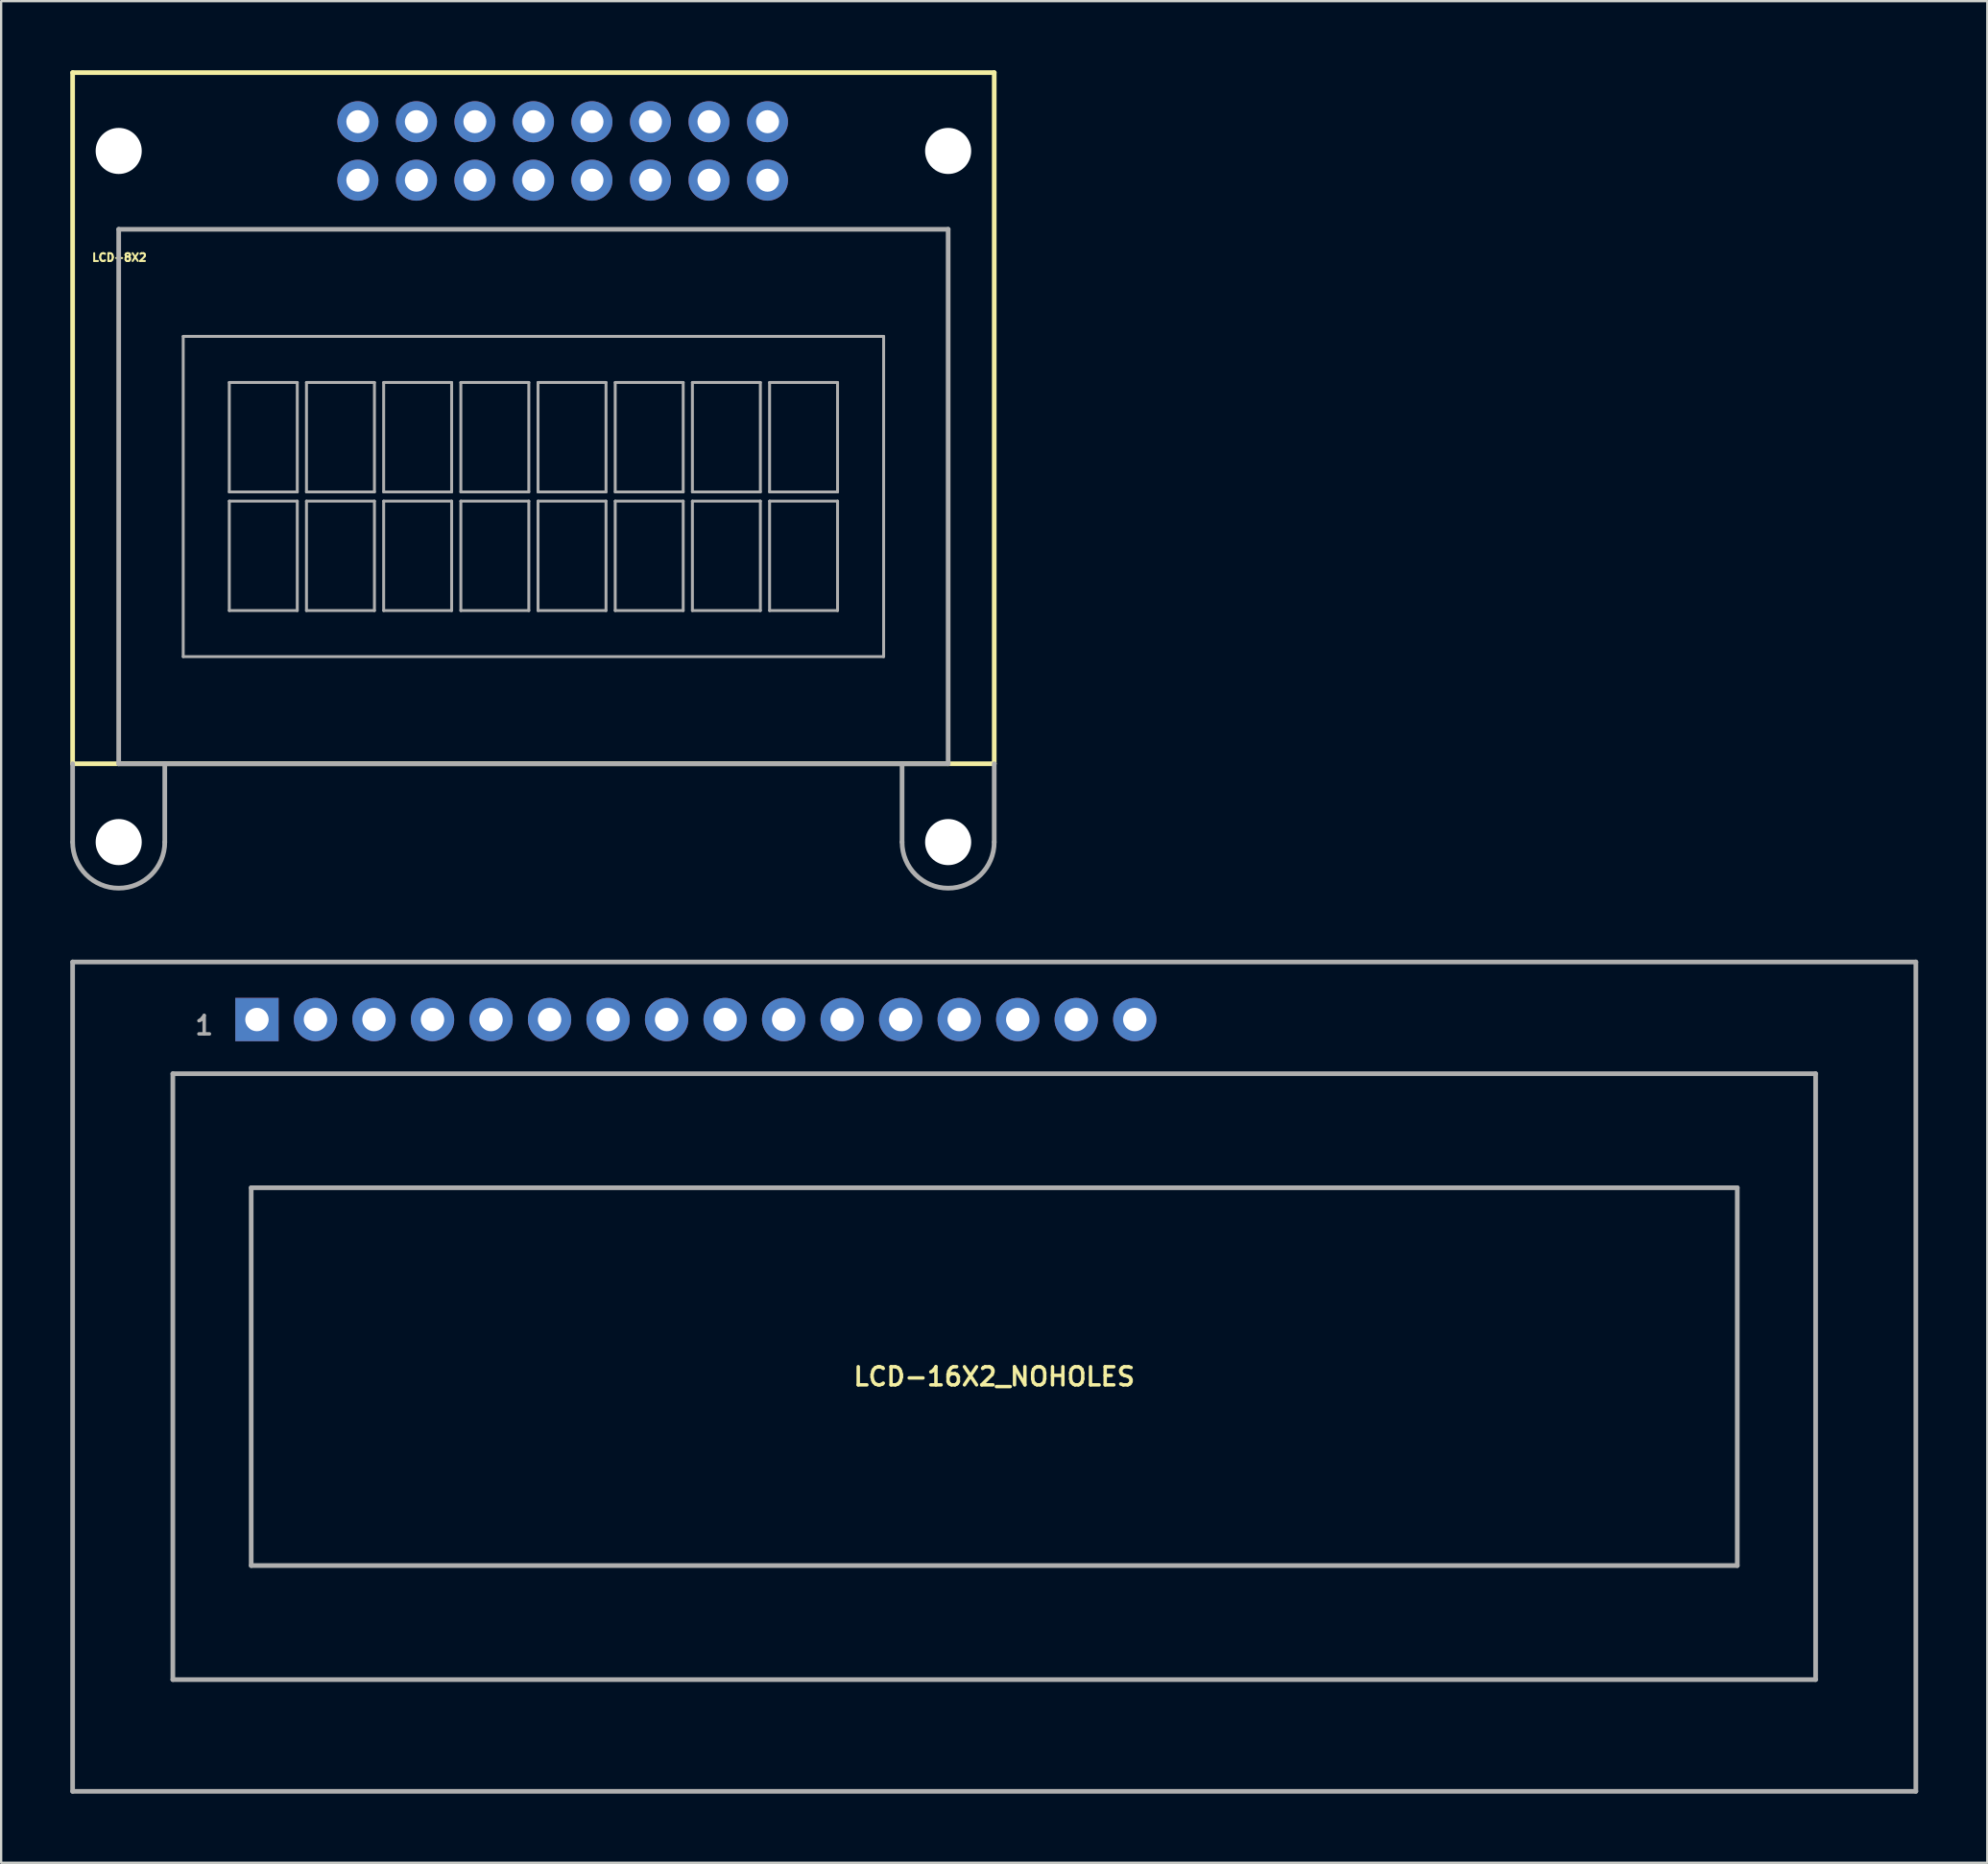
<source format=kicad_pcb>
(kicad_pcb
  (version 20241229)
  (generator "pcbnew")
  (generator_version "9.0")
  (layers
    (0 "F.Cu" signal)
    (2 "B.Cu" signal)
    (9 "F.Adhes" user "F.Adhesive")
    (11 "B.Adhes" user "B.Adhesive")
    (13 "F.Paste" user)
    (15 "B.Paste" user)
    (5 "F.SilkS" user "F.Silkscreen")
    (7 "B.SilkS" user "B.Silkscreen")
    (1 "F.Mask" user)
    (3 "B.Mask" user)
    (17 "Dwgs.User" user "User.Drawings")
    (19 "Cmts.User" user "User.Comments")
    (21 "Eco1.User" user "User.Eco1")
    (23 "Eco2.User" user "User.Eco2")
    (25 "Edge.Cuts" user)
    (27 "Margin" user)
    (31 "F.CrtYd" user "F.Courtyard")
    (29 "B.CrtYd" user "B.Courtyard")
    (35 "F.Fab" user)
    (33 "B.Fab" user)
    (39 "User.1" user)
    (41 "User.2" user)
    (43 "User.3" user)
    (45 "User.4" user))
  (footprint "LCD-8X2"
    (layer "F.Cu")
    (at 20.102 18.502)
    (property "Reference" "LCD-8X2" (at -17.971 -10.376 0) (layer "F.SilkS") (effects (font (size 0.34 0.34) (thickness 0.15))))
    (attr through_hole)
    (fp_line (start -20 -18.4) (end 20 -18.4) (stroke (width 0.203) (type solid)) (layer "F.SilkS"))
    (fp_line (start -20 11.6) (end -20 -18.4) (stroke (width 0.203) (type solid)) (layer "F.SilkS"))
    (fp_line (start 20 -18.4) (end 20 11.6) (stroke (width 0.203) (type solid)) (layer "F.SilkS"))
    (fp_line (start 20 11.6) (end -20 11.6) (stroke (width 0.203) (type solid)) (layer "F.SilkS"))
    (fp_line (start -20 15) (end -20 11.6) (stroke (width 0.203) (type solid)) (layer "F.Fab"))
    (fp_line (start -18 -11.6) (end -18 11.6) (stroke (width 0.203) (type solid)) (layer "F.Fab"))
    (fp_line (start -18 -11.6) (end 18 -11.6) (stroke (width 0.203) (type solid)) (layer "F.Fab"))
    (fp_line (start -18 11.6) (end 18 11.6) (stroke (width 0.203) (type solid)) (layer "F.Fab"))
    (fp_line (start -16 15) (end -16 11.6) (stroke (width 0.203) (type solid)) (layer "F.Fab"))
    (fp_line (start -15.2 -6.95) (end -15.2 6.95) (stroke (width 0.127) (type solid)) (layer "F.Fab"))
    (fp_line (start -15.2 6.95) (end 15.2 6.95) (stroke (width 0.127) (type solid)) (layer "F.Fab"))
    (fp_line (start -13.2 -4.95) (end -10.25 -4.95) (stroke (width 0.127) (type solid)) (layer "F.Fab"))
    (fp_line (start -13.2 -0.2) (end -13.2 -4.95) (stroke (width 0.127) (type solid)) (layer "F.Fab"))
    (fp_line (start -13.2 0.2) (end -13.2 4.95) (stroke (width 0.127) (type solid)) (layer "F.Fab"))
    (fp_line (start -13.2 4.95) (end -10.25 4.95) (stroke (width 0.127) (type solid)) (layer "F.Fab"))
    (fp_line (start -10.25 -4.95) (end -10.25 -0.2) (stroke (width 0.127) (type solid)) (layer "F.Fab"))
    (fp_line (start -10.25 -0.2) (end -13.2 -0.2) (stroke (width 0.127) (type solid)) (layer "F.Fab"))
    (fp_line (start -10.25 0.2) (end -13.2 0.2) (stroke (width 0.127) (type solid)) (layer "F.Fab"))
    (fp_line (start -10.25 4.95) (end -10.25 0.2) (stroke (width 0.127) (type solid)) (layer "F.Fab"))
    (fp_line (start -9.85 -4.95) (end -6.9 -4.95) (stroke (width 0.127) (type solid)) (layer "F.Fab"))
    (fp_line (start -9.85 -0.2) (end -9.85 -4.95) (stroke (width 0.127) (type solid)) (layer "F.Fab"))
    (fp_line (start -9.85 0.2) (end -9.85 4.95) (stroke (width 0.127) (type solid)) (layer "F.Fab"))
    (fp_line (start -9.85 4.95) (end -6.9 4.95) (stroke (width 0.127) (type solid)) (layer "F.Fab"))
    (fp_line (start -6.9 -4.95) (end -6.9 -0.2) (stroke (width 0.127) (type solid)) (layer "F.Fab"))
    (fp_line (start -6.9 -0.2) (end -9.85 -0.2) (stroke (width 0.127) (type solid)) (layer "F.Fab"))
    (fp_line (start -6.9 0.2) (end -9.85 0.2) (stroke (width 0.127) (type solid)) (layer "F.Fab"))
    (fp_line (start -6.9 4.95) (end -6.9 0.2) (stroke (width 0.127) (type solid)) (layer "F.Fab"))
    (fp_line (start -6.5 -4.95) (end -3.55 -4.95) (stroke (width 0.127) (type solid)) (layer "F.Fab"))
    (fp_line (start -6.5 -0.2) (end -6.5 -4.95) (stroke (width 0.127) (type solid)) (layer "F.Fab"))
    (fp_line (start -6.5 0.2) (end -6.5 4.95) (stroke (width 0.127) (type solid)) (layer "F.Fab"))
    (fp_line (start -6.5 4.95) (end -3.55 4.95) (stroke (width 0.127) (type solid)) (layer "F.Fab"))
    (fp_line (start -3.55 -4.95) (end -3.55 -0.2) (stroke (width 0.127) (type solid)) (layer "F.Fab"))
    (fp_line (start -3.55 -0.2) (end -6.5 -0.2) (stroke (width 0.127) (type solid)) (layer "F.Fab"))
    (fp_line (start -3.55 0.2) (end -6.5 0.2) (stroke (width 0.127) (type solid)) (layer "F.Fab"))
    (fp_line (start -3.55 4.95) (end -3.55 0.2) (stroke (width 0.127) (type solid)) (layer "F.Fab"))
    (fp_line (start -3.15 -4.95) (end -0.2 -4.95) (stroke (width 0.127) (type solid)) (layer "F.Fab"))
    (fp_line (start -3.15 -0.2) (end -3.15 -4.95) (stroke (width 0.127) (type solid)) (layer "F.Fab"))
    (fp_line (start -3.15 0.2) (end -3.15 4.95) (stroke (width 0.127) (type solid)) (layer "F.Fab"))
    (fp_line (start -3.15 4.95) (end -0.2 4.95) (stroke (width 0.127) (type solid)) (layer "F.Fab"))
    (fp_line (start -0.2 -4.95) (end -0.2 -0.2) (stroke (width 0.127) (type solid)) (layer "F.Fab"))
    (fp_line (start -0.2 -0.2) (end -3.15 -0.2) (stroke (width 0.127) (type solid)) (layer "F.Fab"))
    (fp_line (start -0.2 0.2) (end -3.15 0.2) (stroke (width 0.127) (type solid)) (layer "F.Fab"))
    (fp_line (start -0.2 4.95) (end -0.2 0.2) (stroke (width 0.127) (type solid)) (layer "F.Fab"))
    (fp_line (start 0.2 -4.95) (end 3.15 -4.95) (stroke (width 0.127) (type solid)) (layer "F.Fab"))
    (fp_line (start 0.2 -0.2) (end 0.2 -4.95) (stroke (width 0.127) (type solid)) (layer "F.Fab"))
    (fp_line (start 0.2 0.2) (end 0.2 4.95) (stroke (width 0.127) (type solid)) (layer "F.Fab"))
    (fp_line (start 0.2 4.95) (end 3.15 4.95) (stroke (width 0.127) (type solid)) (layer "F.Fab"))
    (fp_line (start 3.15 -4.95) (end 3.15 -0.2) (stroke (width 0.127) (type solid)) (layer "F.Fab"))
    (fp_line (start 3.15 -0.2) (end 0.2 -0.2) (stroke (width 0.127) (type solid)) (layer "F.Fab"))
    (fp_line (start 3.15 0.2) (end 0.2 0.2) (stroke (width 0.127) (type solid)) (layer "F.Fab"))
    (fp_line (start 3.15 4.95) (end 3.15 0.2) (stroke (width 0.127) (type solid)) (layer "F.Fab"))
    (fp_line (start 3.55 -4.95) (end 6.5 -4.95) (stroke (width 0.127) (type solid)) (layer "F.Fab"))
    (fp_line (start 3.55 -0.2) (end 3.55 -4.95) (stroke (width 0.127) (type solid)) (layer "F.Fab"))
    (fp_line (start 3.55 0.2) (end 3.55 4.95) (stroke (width 0.127) (type solid)) (layer "F.Fab"))
    (fp_line (start 3.55 4.95) (end 6.5 4.95) (stroke (width 0.127) (type solid)) (layer "F.Fab"))
    (fp_line (start 6.5 -4.95) (end 6.5 -0.2) (stroke (width 0.127) (type solid)) (layer "F.Fab"))
    (fp_line (start 6.5 -0.2) (end 3.55 -0.2) (stroke (width 0.127) (type solid)) (layer "F.Fab"))
    (fp_line (start 6.5 0.2) (end 3.55 0.2) (stroke (width 0.127) (type solid)) (layer "F.Fab"))
    (fp_line (start 6.5 4.95) (end 6.5 0.2) (stroke (width 0.127) (type solid)) (layer "F.Fab"))
    (fp_line (start 6.9 -4.95) (end 9.85 -4.95) (stroke (width 0.127) (type solid)) (layer "F.Fab"))
    (fp_line (start 6.9 -0.2) (end 6.9 -4.95) (stroke (width 0.127) (type solid)) (layer "F.Fab"))
    (fp_line (start 6.9 0.2) (end 6.9 4.95) (stroke (width 0.127) (type solid)) (layer "F.Fab"))
    (fp_line (start 6.9 4.95) (end 9.85 4.95) (stroke (width 0.127) (type solid)) (layer "F.Fab"))
    (fp_line (start 9.85 -4.95) (end 9.85 -0.2) (stroke (width 0.127) (type solid)) (layer "F.Fab"))
    (fp_line (start 9.85 -0.2) (end 6.9 -0.2) (stroke (width 0.127) (type solid)) (layer "F.Fab"))
    (fp_line (start 9.85 0.2) (end 6.9 0.2) (stroke (width 0.127) (type solid)) (layer "F.Fab"))
    (fp_line (start 9.85 4.95) (end 9.85 0.2) (stroke (width 0.127) (type solid)) (layer "F.Fab"))
    (fp_line (start 10.25 -4.95) (end 13.2 -4.95) (stroke (width 0.127) (type solid)) (layer "F.Fab"))
    (fp_line (start 10.25 -0.2) (end 10.25 -4.95) (stroke (width 0.127) (type solid)) (layer "F.Fab"))
    (fp_line (start 10.25 0.2) (end 10.25 4.95) (stroke (width 0.127) (type solid)) (layer "F.Fab"))
    (fp_line (start 10.25 4.95) (end 13.2 4.95) (stroke (width 0.127) (type solid)) (layer "F.Fab"))
    (fp_line (start 13.2 -4.95) (end 13.2 -0.2) (stroke (width 0.127) (type solid)) (layer "F.Fab"))
    (fp_line (start 13.2 -0.2) (end 10.25 -0.2) (stroke (width 0.127) (type solid)) (layer "F.Fab"))
    (fp_line (start 13.2 0.2) (end 10.25 0.2) (stroke (width 0.127) (type solid)) (layer "F.Fab"))
    (fp_line (start 13.2 4.95) (end 13.2 0.2) (stroke (width 0.127) (type solid)) (layer "F.Fab"))
    (fp_line (start 15.2 -6.95) (end -15.2 -6.95) (stroke (width 0.127) (type solid)) (layer "F.Fab"))
    (fp_line (start 15.2 6.95) (end 15.2 -6.95) (stroke (width 0.127) (type solid)) (layer "F.Fab"))
    (fp_line (start 16 15) (end 16 11.6) (stroke (width 0.203) (type solid)) (layer "F.Fab"))
    (fp_line (start 18 -11.6) (end 18 11.6) (stroke (width 0.203) (type solid)) (layer "F.Fab"))
    (fp_line (start 20 15) (end 20 11.6) (stroke (width 0.203) (type solid)) (layer "F.Fab"))
    (fp_arc (start -16 15) (mid -18 17) (end -20 15) (stroke (width 0.2032) (type solid)) (layer "F.Fab"))
    (fp_arc (start 20 15) (mid 18 17) (end 16 15) (stroke (width 0.2032) (type solid)) (layer "F.Fab"))
    (pad "" np_thru_hole circle (at -18 -15) (size 2 2) (drill 2) (layers "*.Cu" "*.Mask"))
    (pad "" np_thru_hole circle (at -18 15) (size 2 2) (drill 2) (layers "*.Cu" "*.Mask"))
    (pad "" np_thru_hole circle (at 18 -15) (size 2 2) (drill 2) (layers "*.Cu" "*.Mask"))
    (pad "" np_thru_hole circle (at 18 15) (size 2 2) (drill 2) (layers "*.Cu" "*.Mask"))
    (pad "1" thru_hole circle (at -7.62 -13.73) (size 1.778 1.778) (drill 1) (layers "*.Cu" "*.Mask"))
    (pad "2" thru_hole circle (at -7.62 -16.27) (size 1.778 1.778) (drill 1) (layers "*.Cu" "*.Mask"))
    (pad "3" thru_hole circle (at -5.08 -13.73) (size 1.778 1.778) (drill 1) (layers "*.Cu" "*.Mask"))
    (pad "4" thru_hole circle (at -5.08 -16.27) (size 1.778 1.778) (drill 1) (layers "*.Cu" "*.Mask"))
    (pad "5" thru_hole circle (at -2.54 -13.73) (size 1.778 1.778) (drill 1) (layers "*.Cu" "*.Mask"))
    (pad "6" thru_hole circle (at -2.54 -16.27) (size 1.778 1.778) (drill 1) (layers "*.Cu" "*.Mask"))
    (pad "7" thru_hole circle (at 0 -13.73) (size 1.778 1.778) (drill 1) (layers "*.Cu" "*.Mask"))
    (pad "8" thru_hole circle (at 0 -16.27) (size 1.778 1.778) (drill 1) (layers "*.Cu" "*.Mask"))
    (pad "9" thru_hole circle (at 2.54 -13.73) (size 1.778 1.778) (drill 1) (layers "*.Cu" "*.Mask"))
    (pad "10" thru_hole circle (at 2.54 -16.27) (size 1.778 1.778) (drill 1) (layers "*.Cu" "*.Mask"))
    (pad "11" thru_hole circle (at 5.08 -13.73) (size 1.778 1.778) (drill 1) (layers "*.Cu" "*.Mask"))
    (pad "12" thru_hole circle (at 5.08 -16.27) (size 1.778 1.778) (drill 1) (layers "*.Cu" "*.Mask"))
    (pad "13" thru_hole circle (at 7.62 -13.73) (size 1.778 1.778) (drill 1) (layers "*.Cu" "*.Mask"))
    (pad "14" thru_hole circle (at 7.62 -16.27) (size 1.778 1.778) (drill 1) (layers "*.Cu" "*.Mask"))
    (pad "15" thru_hole circle (at 10.16 -13.73) (size 1.778 1.778) (drill 1) (layers "*.Cu" "*.Mask"))
    (pad "16" thru_hole circle (at 10.16 -16.27) (size 1.778 1.778) (drill 1) (layers "*.Cu" "*.Mask")))
  (footprint "LCD-16X2_NOHOLES"
    (layer "F.Cu")
    (at 40.102 56.705)
    (property "Reference" "LCD-16X2_NOHOLES" (at 0 0 0) (layer "F.SilkS") (effects (font (size 0.787 0.787) (thickness 0.15))))
    (attr through_hole)
    (fp_line (start -40 -18) (end 40 -18) (stroke (width 0.203) (type solid)) (layer "F.Fab"))
    (fp_line (start -40 18) (end -40 -18) (stroke (width 0.203) (type solid)) (layer "F.Fab"))
    (fp_line (start -35.65 -13.15) (end 35.65 -13.15) (stroke (width 0.203) (type solid)) (layer "F.Fab"))
    (fp_line (start -35.65 13.15) (end -35.65 -13.15) (stroke (width 0.203) (type solid)) (layer "F.Fab"))
    (fp_line (start -32.25 -8.2) (end 32.25 -8.2) (stroke (width 0.203) (type solid)) (layer "F.Fab"))
    (fp_line (start -32.25 8.2) (end -32.25 -8.2) (stroke (width 0.203) (type solid)) (layer "F.Fab"))
    (fp_line (start 32.25 -8.2) (end 32.25 8.2) (stroke (width 0.203) (type solid)) (layer "F.Fab"))
    (fp_line (start 32.25 8.2) (end -32.25 8.2) (stroke (width 0.203) (type solid)) (layer "F.Fab"))
    (fp_line (start 35.65 -13.15) (end 35.65 13.15) (stroke (width 0.203) (type solid)) (layer "F.Fab"))
    (fp_line (start 35.65 13.15) (end -35.65 13.15) (stroke (width 0.203) (type solid)) (layer "F.Fab"))
    (fp_line (start 40 -18) (end 40 18) (stroke (width 0.203) (type solid)) (layer "F.Fab"))
    (fp_line (start 40 18) (end -40 18) (stroke (width 0.203) (type solid)) (layer "F.Fab"))
    (fp_text user "1" (at -34.29 -15.24 0) (layer "F.Fab") (effects (font (size 0.8 0.8) (thickness 0.15))))
    (pad "1" thru_hole rect (at -32 -15.5) (size 1.88 1.88) (drill 1.016) (layers "*.Cu" "*.Mask"))
    (pad "2" thru_hole circle (at -29.46 -15.5) (size 1.88 1.88) (drill 1.016) (layers "*.Cu" "*.Mask"))
    (pad "3" thru_hole circle (at -26.92 -15.5) (size 1.88 1.88) (drill 1.016) (layers "*.Cu" "*.Mask"))
    (pad "4" thru_hole circle (at -24.38 -15.5) (size 1.88 1.88) (drill 1.016) (layers "*.Cu" "*.Mask"))
    (pad "5" thru_hole circle (at -21.84 -15.5) (size 1.88 1.88) (drill 1.016) (layers "*.Cu" "*.Mask"))
    (pad "6" thru_hole circle (at -19.3 -15.5) (size 1.88 1.88) (drill 1.016) (layers "*.Cu" "*.Mask"))
    (pad "7" thru_hole circle (at -16.76 -15.5) (size 1.88 1.88) (drill 1.016) (layers "*.Cu" "*.Mask"))
    (pad "8" thru_hole circle (at -14.22 -15.5) (size 1.88 1.88) (drill 1.016) (layers "*.Cu" "*.Mask"))
    (pad "9" thru_hole circle (at -11.68 -15.5) (size 1.88 1.88) (drill 1.016) (layers "*.Cu" "*.Mask"))
    (pad "10" thru_hole circle (at -9.14 -15.5) (size 1.88 1.88) (drill 1.016) (layers "*.Cu" "*.Mask"))
    (pad "11" thru_hole circle (at -6.6 -15.5) (size 1.88 1.88) (drill 1.016) (layers "*.Cu" "*.Mask"))
    (pad "12" thru_hole circle (at -4.06 -15.5) (size 1.88 1.88) (drill 1.016) (layers "*.Cu" "*.Mask"))
    (pad "13" thru_hole circle (at -1.52 -15.5) (size 1.88 1.88) (drill 1.016) (layers "*.Cu" "*.Mask"))
    (pad "14" thru_hole circle (at 1.02 -15.5) (size 1.88 1.88) (drill 1.016) (layers "*.Cu" "*.Mask"))
    (pad "15" thru_hole circle (at 3.56 -15.5) (size 1.88 1.88) (drill 1.016) (layers "*.Cu" "*.Mask"))
    (pad "16" thru_hole circle (at 6.1 -15.5) (size 1.88 1.88) (drill 1.016) (layers "*.Cu" "*.Mask")))
  (gr_rect
    (start -3 -3)
    (end 83.203 77.806)
    (stroke (width 0.1) (type default))
    (fill no)
    (layer "Edge.Cuts")))
</source>
